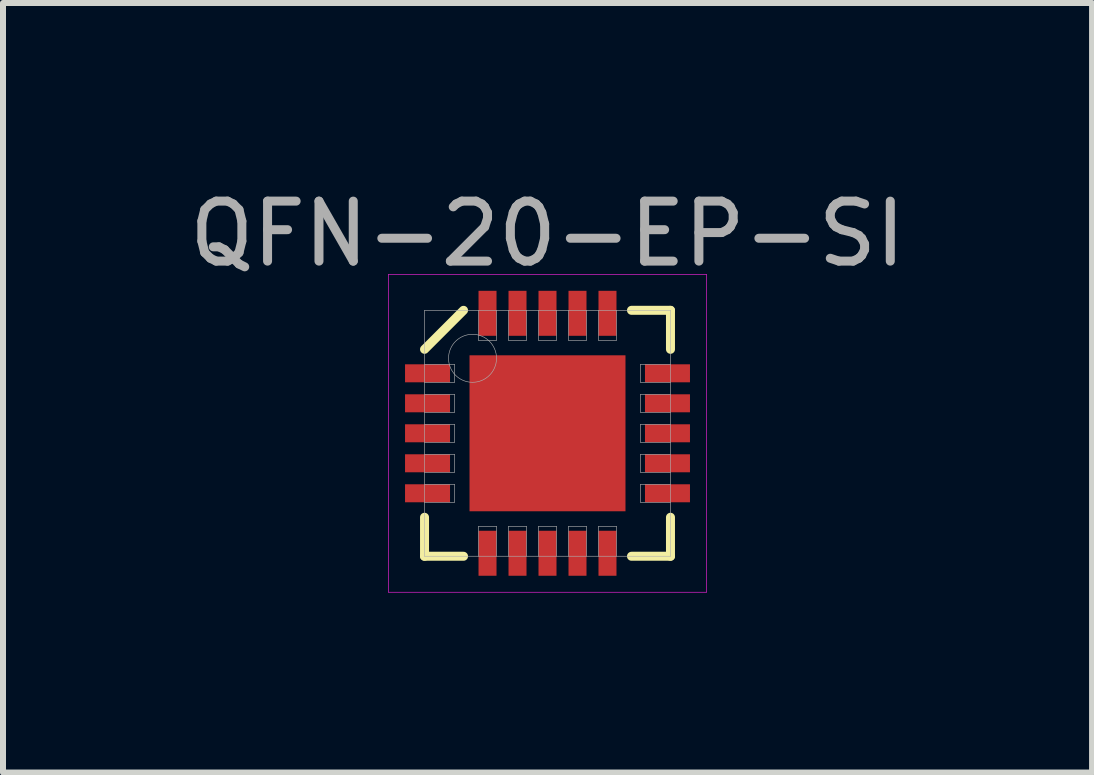
<source format=kicad_pcb>
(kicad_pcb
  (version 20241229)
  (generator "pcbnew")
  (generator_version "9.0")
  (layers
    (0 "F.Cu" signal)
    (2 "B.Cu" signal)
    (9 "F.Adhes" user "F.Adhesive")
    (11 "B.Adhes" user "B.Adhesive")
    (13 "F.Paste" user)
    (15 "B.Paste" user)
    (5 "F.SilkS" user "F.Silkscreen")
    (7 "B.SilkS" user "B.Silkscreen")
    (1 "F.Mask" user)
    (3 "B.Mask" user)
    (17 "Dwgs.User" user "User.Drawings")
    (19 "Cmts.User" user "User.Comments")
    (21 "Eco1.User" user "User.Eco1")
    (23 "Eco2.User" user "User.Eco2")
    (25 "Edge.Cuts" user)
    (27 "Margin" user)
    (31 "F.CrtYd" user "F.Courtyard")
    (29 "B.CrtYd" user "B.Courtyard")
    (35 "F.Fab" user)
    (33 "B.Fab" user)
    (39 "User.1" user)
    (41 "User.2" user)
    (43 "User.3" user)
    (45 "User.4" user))
  (footprint "QFN-20-EP-SI"
    (layer "F.Cu")
    (at 6.077 4.173)
    (property "Reference" "QFN-20-EP-SI" (at 0 -3.325 0) (layer "F.Fab") (effects (font (size 1 1) (thickness 0.15))))
    (attr through_hole)
    (fp_line (start -2.05 -1.4) (end -1.4 -2.05) (stroke (width 0.15) (type solid)) (layer "F.SilkS"))
    (fp_line (start -2.05 2.05) (end -2.05 1.4) (stroke (width 0.15) (type solid)) (layer "F.SilkS"))
    (fp_line (start -1.4 2.05) (end -2.05 2.05) (stroke (width 0.15) (type solid)) (layer "F.SilkS"))
    (fp_line (start 1.4 -2.05) (end 2.05 -2.05) (stroke (width 0.15) (type solid)) (layer "F.SilkS"))
    (fp_line (start 1.4 2.05) (end 2.05 2.05) (stroke (width 0.15) (type solid)) (layer "F.SilkS"))
    (fp_line (start 2.05 -2.05) (end 2.05 -1.4) (stroke (width 0.15) (type solid)) (layer "F.SilkS"))
    (fp_line (start 2.05 2.05) (end 2.05 1.4) (stroke (width 0.15) (type solid)) (layer "F.SilkS"))
    (fp_line (start -2.65 -2.65) (end 2.65 -2.65) (stroke (width 0.01) (type solid)) (layer "F.CrtYd"))
    (fp_line (start -2.65 2.65) (end -2.65 -2.65) (stroke (width 0.01) (type solid)) (layer "F.CrtYd"))
    (fp_line (start 2.65 -2.65) (end 2.65 2.65) (stroke (width 0.01) (type solid)) (layer "F.CrtYd"))
    (fp_line (start 2.65 2.65) (end -2.65 2.65) (stroke (width 0.01) (type solid)) (layer "F.CrtYd"))
    (fp_line (start -2.05 -2.05) (end 2.05 -2.05) (stroke (width 0.01) (type solid)) (layer "F.Fab"))
    (fp_line (start -2.05 -0.85) (end -1.55 -0.85) (stroke (width 0.01) (type solid)) (layer "F.Fab"))
    (fp_line (start -2.05 -0.35) (end -1.55 -0.35) (stroke (width 0.01) (type solid)) (layer "F.Fab"))
    (fp_line (start -2.05 0.15) (end -1.55 0.15) (stroke (width 0.01) (type solid)) (layer "F.Fab"))
    (fp_line (start -2.05 0.65) (end -1.55 0.65) (stroke (width 0.01) (type solid)) (layer "F.Fab"))
    (fp_line (start -2.05 1.15) (end -1.55 1.15) (stroke (width 0.01) (type solid)) (layer "F.Fab"))
    (fp_line (start -2.05 2.05) (end -2.05 -2.05) (stroke (width 0.01) (type solid)) (layer "F.Fab"))
    (fp_line (start -1.55 -1.15) (end -2.05 -1.15) (stroke (width 0.01) (type solid)) (layer "F.Fab"))
    (fp_line (start -1.55 -0.85) (end -1.55 -1.15) (stroke (width 0.01) (type solid)) (layer "F.Fab"))
    (fp_line (start -1.55 -0.65) (end -2.05 -0.65) (stroke (width 0.01) (type solid)) (layer "F.Fab"))
    (fp_line (start -1.55 -0.35) (end -1.55 -0.65) (stroke (width 0.01) (type solid)) (layer "F.Fab"))
    (fp_line (start -1.55 -0.15) (end -2.05 -0.15) (stroke (width 0.01) (type solid)) (layer "F.Fab"))
    (fp_line (start -1.55 0.15) (end -1.55 -0.15) (stroke (width 0.01) (type solid)) (layer "F.Fab"))
    (fp_line (start -1.55 0.35) (end -2.05 0.35) (stroke (width 0.01) (type solid)) (layer "F.Fab"))
    (fp_line (start -1.55 0.65) (end -1.55 0.35) (stroke (width 0.01) (type solid)) (layer "F.Fab"))
    (fp_line (start -1.55 0.85) (end -2.05 0.85) (stroke (width 0.01) (type solid)) (layer "F.Fab"))
    (fp_line (start -1.55 1.15) (end -1.55 0.85) (stroke (width 0.01) (type solid)) (layer "F.Fab"))
    (fp_line (start -1.15 -2.05) (end -1.15 -1.55) (stroke (width 0.01) (type solid)) (layer "F.Fab"))
    (fp_line (start -1.15 -1.55) (end -0.85 -1.55) (stroke (width 0.01) (type solid)) (layer "F.Fab"))
    (fp_line (start -1.15 1.55) (end -1.15 2.05) (stroke (width 0.01) (type solid)) (layer "F.Fab"))
    (fp_line (start -0.85 -1.55) (end -0.85 -2.05) (stroke (width 0.01) (type solid)) (layer "F.Fab"))
    (fp_line (start -0.85 1.55) (end -1.15 1.55) (stroke (width 0.01) (type solid)) (layer "F.Fab"))
    (fp_line (start -0.85 2.05) (end -0.85 1.55) (stroke (width 0.01) (type solid)) (layer "F.Fab"))
    (fp_line (start -0.65 -2.05) (end -0.65 -1.55) (stroke (width 0.01) (type solid)) (layer "F.Fab"))
    (fp_line (start -0.65 -1.55) (end -0.35 -1.55) (stroke (width 0.01) (type solid)) (layer "F.Fab"))
    (fp_line (start -0.65 1.55) (end -0.65 2.05) (stroke (width 0.01) (type solid)) (layer "F.Fab"))
    (fp_line (start -0.35 -1.55) (end -0.35 -2.05) (stroke (width 0.01) (type solid)) (layer "F.Fab"))
    (fp_line (start -0.35 1.55) (end -0.65 1.55) (stroke (width 0.01) (type solid)) (layer "F.Fab"))
    (fp_line (start -0.35 2.05) (end -0.35 1.55) (stroke (width 0.01) (type solid)) (layer "F.Fab"))
    (fp_line (start -0.15 -2.05) (end -0.15 -1.55) (stroke (width 0.01) (type solid)) (layer "F.Fab"))
    (fp_line (start -0.15 -1.55) (end 0.15 -1.55) (stroke (width 0.01) (type solid)) (layer "F.Fab"))
    (fp_line (start -0.15 1.55) (end -0.15 2.05) (stroke (width 0.01) (type solid)) (layer "F.Fab"))
    (fp_line (start 0.15 -1.55) (end 0.15 -2.05) (stroke (width 0.01) (type solid)) (layer "F.Fab"))
    (fp_line (start 0.15 1.55) (end -0.15 1.55) (stroke (width 0.01) (type solid)) (layer "F.Fab"))
    (fp_line (start 0.15 2.05) (end 0.15 1.55) (stroke (width 0.01) (type solid)) (layer "F.Fab"))
    (fp_line (start 0.35 -2.05) (end 0.35 -1.55) (stroke (width 0.01) (type solid)) (layer "F.Fab"))
    (fp_line (start 0.35 -1.55) (end 0.65 -1.55) (stroke (width 0.01) (type solid)) (layer "F.Fab"))
    (fp_line (start 0.35 1.55) (end 0.35 2.05) (stroke (width 0.01) (type solid)) (layer "F.Fab"))
    (fp_line (start 0.65 -1.55) (end 0.65 -2.05) (stroke (width 0.01) (type solid)) (layer "F.Fab"))
    (fp_line (start 0.65 1.55) (end 0.35 1.55) (stroke (width 0.01) (type solid)) (layer "F.Fab"))
    (fp_line (start 0.65 2.05) (end 0.65 1.55) (stroke (width 0.01) (type solid)) (layer "F.Fab"))
    (fp_line (start 0.85 -2.05) (end 0.85 -1.55) (stroke (width 0.01) (type solid)) (layer "F.Fab"))
    (fp_line (start 0.85 -1.55) (end 1.15 -1.55) (stroke (width 0.01) (type solid)) (layer "F.Fab"))
    (fp_line (start 0.85 1.55) (end 0.85 2.05) (stroke (width 0.01) (type solid)) (layer "F.Fab"))
    (fp_line (start 1.15 -1.55) (end 1.15 -2.05) (stroke (width 0.01) (type solid)) (layer "F.Fab"))
    (fp_line (start 1.15 1.55) (end 0.85 1.55) (stroke (width 0.01) (type solid)) (layer "F.Fab"))
    (fp_line (start 1.15 2.05) (end 1.15 1.55) (stroke (width 0.01) (type solid)) (layer "F.Fab"))
    (fp_line (start 1.55 -1.15) (end 1.55 -0.85) (stroke (width 0.01) (type solid)) (layer "F.Fab"))
    (fp_line (start 1.55 -0.85) (end 2.05 -0.85) (stroke (width 0.01) (type solid)) (layer "F.Fab"))
    (fp_line (start 1.55 -0.65) (end 1.55 -0.35) (stroke (width 0.01) (type solid)) (layer "F.Fab"))
    (fp_line (start 1.55 -0.35) (end 2.05 -0.35) (stroke (width 0.01) (type solid)) (layer "F.Fab"))
    (fp_line (start 1.55 -0.15) (end 1.55 0.15) (stroke (width 0.01) (type solid)) (layer "F.Fab"))
    (fp_line (start 1.55 0.15) (end 2.05 0.15) (stroke (width 0.01) (type solid)) (layer "F.Fab"))
    (fp_line (start 1.55 0.35) (end 1.55 0.65) (stroke (width 0.01) (type solid)) (layer "F.Fab"))
    (fp_line (start 1.55 0.65) (end 2.05 0.65) (stroke (width 0.01) (type solid)) (layer "F.Fab"))
    (fp_line (start 1.55 0.85) (end 1.55 1.15) (stroke (width 0.01) (type solid)) (layer "F.Fab"))
    (fp_line (start 1.55 1.15) (end 2.05 1.15) (stroke (width 0.01) (type solid)) (layer "F.Fab"))
    (fp_line (start 2.05 -2.05) (end 2.05 2.05) (stroke (width 0.01) (type solid)) (layer "F.Fab"))
    (fp_line (start 2.05 -1.15) (end 1.55 -1.15) (stroke (width 0.01) (type solid)) (layer "F.Fab"))
    (fp_line (start 2.05 -0.65) (end 1.55 -0.65) (stroke (width 0.01) (type solid)) (layer "F.Fab"))
    (fp_line (start 2.05 -0.15) (end 1.55 -0.15) (stroke (width 0.01) (type solid)) (layer "F.Fab"))
    (fp_line (start 2.05 0.35) (end 1.55 0.35) (stroke (width 0.01) (type solid)) (layer "F.Fab"))
    (fp_line (start 2.05 0.85) (end 1.55 0.85) (stroke (width 0.01) (type solid)) (layer "F.Fab"))
    (fp_line (start 2.05 2.05) (end -2.05 2.05) (stroke (width 0.01) (type solid)) (layer "F.Fab"))
    (fp_circle (center -1.25 -1.25) (end -1.25 -0.85) (stroke (width 0.01) (type solid)) (fill no) (layer "F.Fab"))
    (pad "" smd rect (at -0.65 -0.65) (size 1.1 1.1) (layers "F.Paste"))
    (pad "" smd rect (at -0.65 0.65) (size 1.1 1.1) (layers "F.Paste"))
    (pad "" smd rect (at 0.65 -0.65) (size 1.1 1.1) (layers "F.Paste"))
    (pad "" smd rect (at 0.65 0.65) (size 1.1 1.1) (layers "F.Paste"))
    (pad "1" smd rect (at -2 -1) (size 0.75 0.3) (layers "F.Cu" "F.Mask" "F.Paste"))
    (pad "2" smd rect (at -2 -0.5) (size 0.75 0.3) (layers "F.Cu" "F.Mask" "F.Paste"))
    (pad "3" smd rect (at -2 0) (size 0.75 0.3) (layers "F.Cu" "F.Mask" "F.Paste"))
    (pad "4" smd rect (at -2 0.5) (size 0.75 0.3) (layers "F.Cu" "F.Mask" "F.Paste"))
    (pad "5" smd rect (at -2 1) (size 0.75 0.3) (layers "F.Cu" "F.Mask" "F.Paste"))
    (pad "6" smd rect (at -1 2) (size 0.3 0.75) (layers "F.Cu" "F.Mask" "F.Paste"))
    (pad "7" smd rect (at -0.5 2) (size 0.3 0.75) (layers "F.Cu" "F.Mask" "F.Paste"))
    (pad "8" smd rect (at 0 2) (size 0.3 0.75) (layers "F.Cu" "F.Mask" "F.Paste"))
    (pad "9" smd rect (at 0.5 2) (size 0.3 0.75) (layers "F.Cu" "F.Mask" "F.Paste"))
    (pad "10" smd rect (at 1 2) (size 0.3 0.75) (layers "F.Cu" "F.Mask" "F.Paste"))
    (pad "11" smd rect (at 2 1) (size 0.75 0.3) (layers "F.Cu" "F.Mask" "F.Paste"))
    (pad "12" smd rect (at 2 0.5) (size 0.75 0.3) (layers "F.Cu" "F.Mask" "F.Paste"))
    (pad "13" smd rect (at 2 0) (size 0.75 0.3) (layers "F.Cu" "F.Mask" "F.Paste"))
    (pad "14" smd rect (at 2 -0.5) (size 0.75 0.3) (layers "F.Cu" "F.Mask" "F.Paste"))
    (pad "15" smd rect (at 2 -1) (size 0.75 0.3) (layers "F.Cu" "F.Mask" "F.Paste"))
    (pad "16" smd rect (at 1 -2) (size 0.3 0.75) (layers "F.Cu" "F.Mask" "F.Paste"))
    (pad "17" smd rect (at 0.5 -2) (size 0.3 0.75) (layers "F.Cu" "F.Mask" "F.Paste"))
    (pad "18" smd rect (at 0 -2) (size 0.3 0.75) (layers "F.Cu" "F.Mask" "F.Paste"))
    (pad "19" smd rect (at -0.5 -2) (size 0.3 0.75) (layers "F.Cu" "F.Mask" "F.Paste"))
    (pad "20" smd rect (at -1 -2) (size 0.3 0.75) (layers "F.Cu" "F.Mask" "F.Paste"))
    (pad "EP" smd rect (at 0 0) (size 2.6 2.6) (layers "F.Cu" "F.Mask")))
  (gr_rect
    (start -3 -3)
    (end 15.155 9.828)
    (stroke (width 0.1) (type default))
    (fill no)
    (layer "Edge.Cuts")))
</source>
